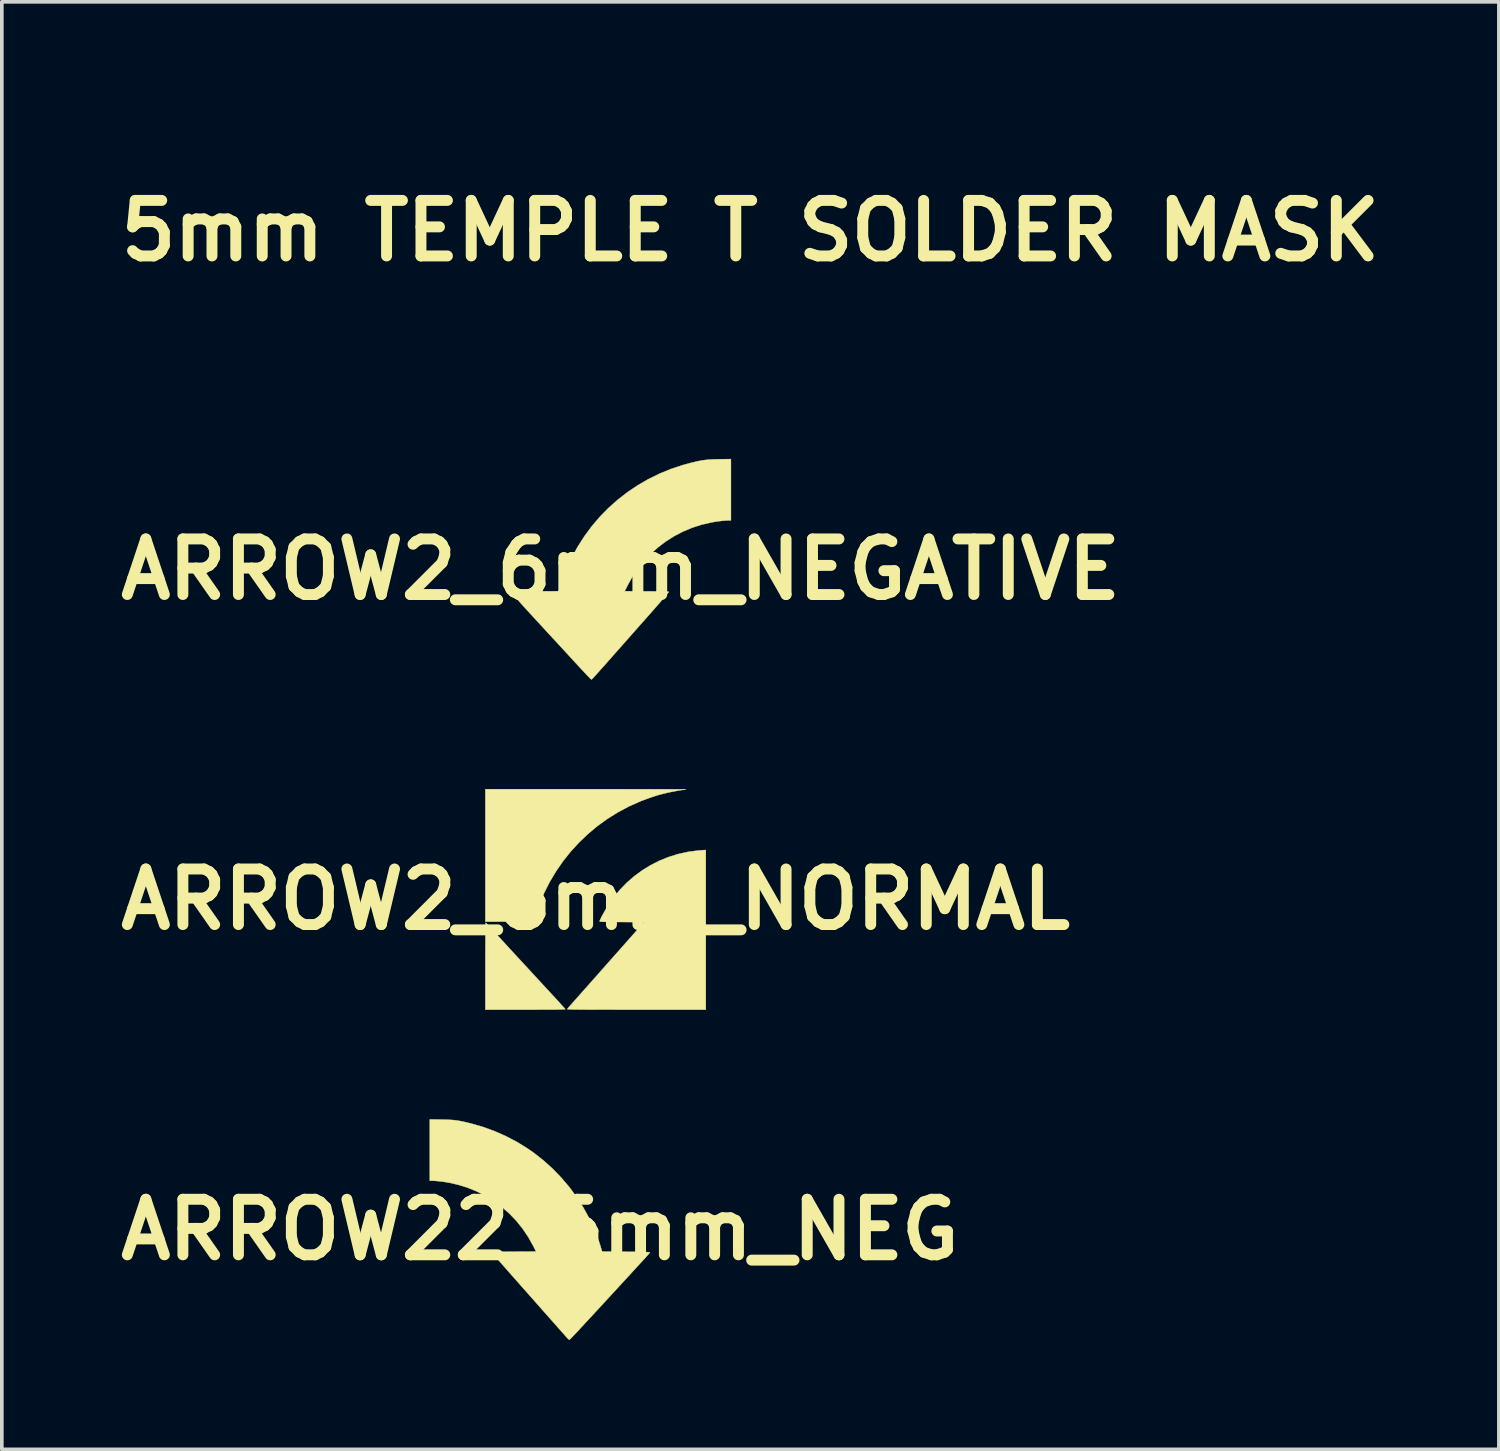
<source format=kicad_pcb>
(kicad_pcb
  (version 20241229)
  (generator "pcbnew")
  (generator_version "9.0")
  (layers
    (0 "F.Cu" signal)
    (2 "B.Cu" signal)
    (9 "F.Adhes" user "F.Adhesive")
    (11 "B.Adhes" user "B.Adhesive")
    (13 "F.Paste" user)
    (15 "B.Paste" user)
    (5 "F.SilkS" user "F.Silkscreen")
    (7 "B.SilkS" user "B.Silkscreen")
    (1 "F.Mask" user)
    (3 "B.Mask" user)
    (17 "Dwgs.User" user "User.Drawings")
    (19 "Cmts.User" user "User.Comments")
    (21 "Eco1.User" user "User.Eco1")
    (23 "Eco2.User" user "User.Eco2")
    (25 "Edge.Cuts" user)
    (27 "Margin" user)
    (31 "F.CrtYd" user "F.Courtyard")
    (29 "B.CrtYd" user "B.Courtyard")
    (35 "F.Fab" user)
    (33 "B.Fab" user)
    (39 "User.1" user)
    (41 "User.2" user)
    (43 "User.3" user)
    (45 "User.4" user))
  (footprint "ARROW22_6mm_NEG"
    (layer "F.Cu")
    (at 11.764 30.683)
    (property "Reference" "ARROW22_6mm_NEG" (at 0 0 0) (layer "F.SilkS") (effects (font (size 1.524 1.524) (thickness 0.3))))
    (attr through_hole)
    (fp_poly (pts (xy -2.7 -3.021) (xy -2.574 -3.018) (xy -2.466 -3.014) (xy -2.37 -3.007) (xy -2.28 -2.996) (xy -2.189 -2.981) (xy -2.091 -2.961) (xy -1.981 -2.935) (xy -1.899 -2.915) (xy -1.568 -2.82) (xy -1.246 -2.702) (xy -0.933 -2.564) (xy -0.631 -2.406) (xy -0.343 -2.228) (xy -0.168 -2.106) (xy 0.099 -1.896) (xy 0.352 -1.667) (xy 0.588 -1.422) (xy 0.808 -1.162) (xy 1.009 -0.889) (xy 1.191 -0.603) (xy 1.353 -0.306) (xy 1.495 0.001) (xy 1.614 0.315) (xy 1.651 0.429) (xy 1.703 0.599) (xy 2.361 0.605) (xy 2.508 0.606) (xy 2.634 0.608) (xy 2.738 0.609) (xy 2.823 0.611) (xy 2.89 0.613) (xy 2.941 0.615) (xy 2.977 0.617) (xy 3 0.62) (xy 3.012 0.623) (xy 3.015 0.626) (xy 3.008 0.635) (xy 2.99 0.656) (xy 2.96 0.69) (xy 2.918 0.737) (xy 2.863 0.798) (xy 2.795 0.873) (xy 2.713 0.962) (xy 2.618 1.066) (xy 2.51 1.184) (xy 2.387 1.318) (xy 2.25 1.467) (xy 2.098 1.632) (xy 1.931 1.813) (xy 1.749 2.011) (xy 1.551 2.226) (xy 1.337 2.457) (xy 1.126 2.685) (xy 1.057 2.76) (xy 0.992 2.83) (xy 0.934 2.891) (xy 0.884 2.943) (xy 0.845 2.983) (xy 0.818 3.01) (xy 0.806 3.021) (xy 0.806 3.021) (xy 0.792 3.014) (xy 0.768 2.992) (xy 0.736 2.96) (xy 0.72 2.941) (xy 0.696 2.915) (xy 0.659 2.872) (xy 0.609 2.816) (xy 0.55 2.749) (xy 0.483 2.674) (xy 0.411 2.592) (xy 0.335 2.506) (xy 0.289 2.454) (xy 0.097 2.237) (xy -0.08 2.037) (xy -0.242 1.854) (xy -0.39 1.686) (xy -0.525 1.534) (xy -0.646 1.397) (xy -0.755 1.274) (xy -0.852 1.163) (xy -0.938 1.066) (xy -1.013 0.98) (xy -1.079 0.905) (xy -1.135 0.841) (xy -1.182 0.786) (xy -1.222 0.74) (xy -1.253 0.703) (xy -1.278 0.673) (xy -1.297 0.65) (xy -1.31 0.634) (xy -1.318 0.623) (xy -1.321 0.616) (xy -1.321 0.615) (xy -1.307 0.613) (xy -1.272 0.611) (xy -1.217 0.609) (xy -1.145 0.607) (xy -1.058 0.605) (xy -0.958 0.604) (xy -0.849 0.603) (xy -0.732 0.602) (xy -0.71 0.602) (xy -0.109 0.599) (xy -0.185 0.448) (xy -0.322 0.203) (xy -0.477 -0.027) (xy -0.649 -0.242) (xy -0.838 -0.439) (xy -1.042 -0.62) (xy -1.261 -0.783) (xy -1.492 -0.926) (xy -1.735 -1.05) (xy -1.989 -1.154) (xy -2.253 -1.235) (xy -2.482 -1.287) (xy -2.591 -1.306) (xy -2.7 -1.322) (xy -2.804 -1.333) (xy -2.896 -1.341) (xy -2.959 -1.343) (xy -3.024 -1.343) (xy -3.024 -3.026) (xy -2.7 -3.021)) (stroke (width 0.01) (type solid)) (fill yes) (layer "F.SilkS")))
  (footprint "5mm TEMPLE T SOLDER MASK"
    (layer "F.Cu")
    (at 17.533 3.282)
    (property "Reference" "5mm TEMPLE T SOLDER MASK" (at 0 0 0) (layer "F.SilkS") (effects (font (size 1.524 1.524) (thickness 0.3))))
    (attr through_hole)
    (fp_poly (pts (xy 0.002 2.8) (xy 1.554 2.807) (xy 1.558 3.029) (xy 1.562 3.251) (xy 0.006 3.251) (xy -1.549 3.251) (xy -1.549 2.794) (xy 0.002 2.8)) (stroke (width 0.01) (type solid)) (fill yes) (layer "F.Mask"))
    (fp_poly (pts (xy 2.769 -1.014) (xy 2.546 -1.021) (xy 2.324 -1.029) (xy 2.311 -2.819) (xy -2.311 -2.819) (xy -2.311 -0.991) (xy -2.794 -0.991) (xy -2.794 -3.277) (xy 2.769 -3.277) (xy 2.769 -1.014)) (stroke (width 0.01) (type solid)) (fill yes) (layer "F.Mask"))
    (fp_poly (pts (xy 1.778 -1.016) (xy 1.295 -1.016) (xy 1.295 -1.778) (xy 0.762 -1.778) (xy 0.762 1.803) (xy 1.162 1.803) (xy 1.562 1.803) (xy 1.554 2.032) (xy 1.546 2.261) (xy 0.279 2.261) (xy 0.279 -2.261) (xy 1.778 -2.261) (xy 1.778 -1.016)) (stroke (width 0.01) (type solid)) (fill yes) (layer "F.Mask"))
    (fp_poly (pts (xy -0.279 2.261) (xy -1.549 2.261) (xy -1.549 1.803) (xy -1.156 1.803) (xy -0.997 1.802) (xy -0.884 1.799) (xy -0.811 1.793) (xy -0.772 1.783) (xy -0.761 1.772) (xy -0.761 1.744) (xy -0.761 1.67) (xy -0.761 1.555) (xy -0.761 1.405) (xy -0.761 1.224) (xy -0.761 1.017) (xy -0.761 0.789) (xy -0.761 0.546) (xy -0.761 0.292) (xy -0.761 0.032) (xy -0.762 -0.229) (xy -0.762 -0.485) (xy -0.762 -0.732) (xy -0.762 -0.965) (xy -0.762 -1.178) (xy -0.762 -1.367) (xy -0.762 -1.527) (xy -0.762 -1.652) (xy -0.762 -1.738) (xy -0.762 -1.759) (xy -0.786 -1.767) (xy -0.85 -1.773) (xy -0.943 -1.777) (xy -1.028 -1.778) (xy -1.294 -1.778) (xy -1.301 -1.391) (xy -1.308 -1.003) (xy -1.537 -1.005) (xy -1.765 -1.007) (xy -1.765 -2.248) (xy -0.279 -2.261) (xy -0.279 2.261)) (stroke (width 0.01) (type solid)) (fill yes) (layer "F.Mask")))
  (footprint "ARROW2_6mm_NEGATIVE"
    (layer "F.Cu")
    (at 13.977 12.569)
    (property "Reference" "ARROW2_6mm_NEGATIVE" (at 0 0 0) (layer "F.SilkS") (effects (font (size 1.524 1.524) (thickness 0.3))))
    (attr through_hole)
    (fp_poly (pts (xy 3.024 -1.343) (xy 2.959 -1.343) (xy 2.881 -1.34) (xy 2.787 -1.332) (xy 2.682 -1.319) (xy 2.572 -1.303) (xy 2.482 -1.287) (xy 2.211 -1.224) (xy 1.949 -1.139) (xy 1.696 -1.032) (xy 1.455 -0.905) (xy 1.226 -0.759) (xy 1.01 -0.593) (xy 0.808 -0.41) (xy 0.621 -0.209) (xy 0.451 0.008) (xy 0.299 0.24) (xy 0.185 0.448) (xy 0.109 0.599) (xy 0.71 0.602) (xy 0.828 0.603) (xy 0.939 0.604) (xy 1.041 0.605) (xy 1.13 0.607) (xy 1.205 0.608) (xy 1.263 0.61) (xy 1.303 0.612) (xy 1.32 0.614) (xy 1.321 0.615) (xy 1.315 0.625) (xy 1.293 0.652) (xy 1.259 0.694) (xy 1.211 0.751) (xy 1.152 0.819) (xy 1.084 0.899) (xy 1.006 0.989) (xy 0.92 1.087) (xy 0.828 1.192) (xy 0.731 1.302) (xy 0.7 1.337) (xy 0.59 1.461) (xy 0.478 1.587) (xy 0.366 1.715) (xy 0.254 1.841) (xy 0.147 1.962) (xy 0.045 2.077) (xy -0.049 2.184) (xy -0.133 2.278) (xy -0.204 2.359) (xy -0.246 2.407) (xy -0.354 2.529) (xy -0.447 2.634) (xy -0.527 2.723) (xy -0.593 2.798) (xy -0.648 2.86) (xy -0.693 2.909) (xy -0.728 2.948) (xy -0.755 2.977) (xy -0.775 2.997) (xy -0.789 3.011) (xy -0.798 3.018) (xy -0.803 3.021) (xy -0.814 3.013) (xy -0.839 2.989) (xy -0.877 2.951) (xy -0.925 2.901) (xy -0.982 2.841) (xy -1.046 2.773) (xy -1.114 2.7) (xy -1.166 2.643) (xy -1.233 2.57) (xy -1.313 2.484) (xy -1.404 2.385) (xy -1.505 2.275) (xy -1.613 2.157) (xy -1.728 2.033) (xy -1.847 1.904) (xy -1.969 1.772) (xy -2.091 1.639) (xy -2.213 1.507) (xy -2.218 1.501) (xy -2.336 1.373) (xy -2.448 1.251) (xy -2.553 1.137) (xy -2.649 1.031) (xy -2.737 0.934) (xy -2.814 0.848) (xy -2.881 0.774) (xy -2.935 0.713) (xy -2.976 0.665) (xy -3.003 0.633) (xy -3.015 0.617) (xy -3.015 0.615) (xy -3.001 0.613) (xy -2.966 0.611) (xy -2.91 0.609) (xy -2.838 0.608) (xy -2.75 0.606) (xy -2.649 0.604) (xy -2.537 0.603) (xy -2.417 0.602) (xy -2.354 0.602) (xy -1.703 0.599) (xy -1.651 0.429) (xy -1.595 0.26) (xy -1.533 0.096) (xy -1.464 -0.069) (xy -1.383 -0.242) (xy -1.347 -0.314) (xy -1.182 -0.618) (xy -0.997 -0.907) (xy -0.795 -1.181) (xy -0.575 -1.44) (xy -0.338 -1.682) (xy -0.085 -1.907) (xy 0.182 -2.115) (xy 0.463 -2.304) (xy 0.757 -2.475) (xy 1.064 -2.625) (xy 1.382 -2.755) (xy 1.71 -2.864) (xy 1.899 -2.915) (xy 2.021 -2.945) (xy 2.126 -2.969) (xy 2.221 -2.987) (xy 2.311 -3) (xy 2.403 -3.009) (xy 2.502 -3.016) (xy 2.616 -3.019) (xy 2.7 -3.021) (xy 3.024 -3.026) (xy 3.024 -1.343)) (stroke (width 0.01) (type solid)) (fill yes) (layer "F.SilkS")))
  (footprint "ARROW2_6mm_NORMAL"
    (layer "F.Cu")
    (at 13.288 21.623)
    (property "Reference" "ARROW2_6mm_NORMAL" (at 0 0 0) (layer "F.SilkS") (effects (font (size 1.524 1.524) (thickness 0.3))))
    (attr through_hole)
    (fp_poly (pts (xy -3.002 0.649) (xy -2.975 0.678) (xy -2.934 0.723) (xy -2.88 0.781) (xy -2.816 0.851) (xy -2.741 0.932) (xy -2.658 1.022) (xy -2.568 1.12) (xy -2.472 1.224) (xy -2.371 1.334) (xy -2.267 1.447) (xy -2.16 1.563) (xy -2.053 1.679) (xy -1.947 1.794) (xy -1.842 1.908) (xy -1.74 2.018) (xy -1.643 2.124) (xy -1.551 2.223) (xy -1.467 2.314) (xy -1.391 2.397) (xy -1.342 2.45) (xy -1.252 2.547) (xy -1.168 2.639) (xy -1.089 2.724) (xy -1.018 2.801) (xy -0.957 2.869) (xy -0.906 2.925) (xy -0.867 2.968) (xy -0.841 2.997) (xy -0.83 3.009) (xy -0.83 3.009) (xy -0.834 3.012) (xy -0.848 3.014) (xy -0.876 3.016) (xy -0.917 3.018) (xy -0.972 3.019) (xy -1.044 3.021) (xy -1.132 3.022) (xy -1.239 3.022) (xy -1.365 3.023) (xy -1.511 3.023) (xy -1.679 3.024) (xy -1.87 3.024) (xy -1.922 3.024) (xy -3.024 3.024) (xy -3.024 1.824) (xy -3.024 1.656) (xy -3.023 1.496) (xy -3.023 1.344) (xy -3.022 1.202) (xy -3.022 1.073) (xy -3.021 0.957) (xy -3.02 0.857) (xy -3.018 0.773) (xy -3.017 0.708) (xy -3.016 0.662) (xy -3.014 0.639) (xy -3.014 0.636) (xy -3.002 0.649)) (stroke (width 0.01) (type solid)) (fill yes) (layer "F.SilkS"))
    (fp_poly (pts (xy -0.016 -3.024) (xy 0.234 -3.024) (xy 0.476 -3.024) (xy 0.71 -3.024) (xy 0.934 -3.023) (xy 1.147 -3.023) (xy 1.348 -3.023) (xy 1.537 -3.023) (xy 1.711 -3.022) (xy 1.871 -3.022) (xy 2.014 -3.022) (xy 2.14 -3.021) (xy 2.248 -3.021) (xy 2.337 -3.021) (xy 2.405 -3.02) (xy 2.452 -3.02) (xy 2.476 -3.019) (xy 2.48 -3.019) (xy 2.468 -3.016) (xy 2.438 -3.011) (xy 2.395 -3.004) (xy 2.362 -3) (xy 2.3 -2.991) (xy 2.222 -2.977) (xy 2.136 -2.961) (xy 2.047 -2.943) (xy 1.963 -2.925) (xy 1.893 -2.908) (xy 1.869 -2.902) (xy 1.823 -2.89) (xy 1.775 -2.878) (xy 1.772 -2.878) (xy 1.722 -2.864) (xy 1.655 -2.843) (xy 1.576 -2.817) (xy 1.49 -2.788) (xy 1.402 -2.757) (xy 1.318 -2.726) (xy 1.243 -2.697) (xy 1.223 -2.689) (xy 0.913 -2.551) (xy 0.613 -2.391) (xy 0.326 -2.212) (xy 0.052 -2.014) (xy -0.207 -1.798) (xy -0.451 -1.565) (xy -0.679 -1.317) (xy -0.89 -1.053) (xy -1.082 -0.775) (xy -1.256 -0.485) (xy -1.409 -0.182) (xy -1.517 0.07) (xy -1.546 0.145) (xy -1.576 0.228) (xy -1.606 0.314) (xy -1.635 0.397) (xy -1.659 0.473) (xy -1.678 0.535) (xy -1.688 0.571) (xy -1.696 0.604) (xy -2.36 0.608) (xy -3.024 0.611) (xy -3.024 -1.206) (xy -3.024 -3.024) (xy -0.272 -3.024) (xy -0.016 -3.024)) (stroke (width 0.01) (type solid)) (fill yes) (layer "F.SilkS"))
    (fp_poly (pts (xy 3.024 3.024) (xy 1.118 3.024) (xy 0.858 3.024) (xy 0.622 3.024) (xy 0.408 3.023) (xy 0.215 3.023) (xy 0.043 3.023) (xy -0.11 3.022) (xy -0.244 3.022) (xy -0.361 3.021) (xy -0.461 3.02) (xy -0.546 3.019) (xy -0.615 3.018) (xy -0.671 3.017) (xy -0.715 3.016) (xy -0.746 3.014) (xy -0.766 3.012) (xy -0.777 3.01) (xy -0.778 3.009) (xy -0.768 2.996) (xy -0.744 2.967) (xy -0.708 2.926) (xy -0.664 2.875) (xy -0.612 2.817) (xy -0.575 2.775) (xy -0.545 2.741) (xy -0.514 2.707) (xy -0.482 2.671) (xy -0.448 2.632) (xy -0.411 2.59) (xy -0.37 2.544) (xy -0.324 2.492) (xy -0.272 2.434) (xy -0.214 2.368) (xy -0.148 2.294) (xy -0.074 2.21) (xy 0.01 2.116) (xy 0.104 2.01) (xy 0.208 1.891) (xy 0.325 1.759) (xy 0.455 1.612) (xy 0.599 1.45) (xy 0.757 1.271) (xy 0.833 1.185) (xy 1.331 0.623) (xy 0.72 0.62) (xy 0.579 0.619) (xy 0.46 0.618) (xy 0.363 0.617) (xy 0.284 0.616) (xy 0.222 0.614) (xy 0.176 0.612) (xy 0.143 0.61) (xy 0.122 0.607) (xy 0.111 0.604) (xy 0.109 0.6) (xy 0.114 0.584) (xy 0.129 0.551) (xy 0.15 0.505) (xy 0.177 0.452) (xy 0.183 0.44) (xy 0.323 0.194) (xy 0.481 -0.037) (xy 0.656 -0.252) (xy 0.846 -0.45) (xy 1.052 -0.63) (xy 1.271 -0.792) (xy 1.502 -0.935) (xy 1.745 -1.059) (xy 1.998 -1.162) (xy 2.26 -1.244) (xy 2.531 -1.304) (xy 2.809 -1.341) (xy 2.906 -1.349) (xy 3.024 -1.356) (xy 3.024 3.024)) (stroke (width 0.01) (type solid)) (fill yes) (layer "F.SilkS")))
  (gr_rect
    (start -3 -3)
    (end 38.067 36.709)
    (stroke (width 0.1) (type default))
    (fill no)
    (layer "Edge.Cuts")))
</source>
